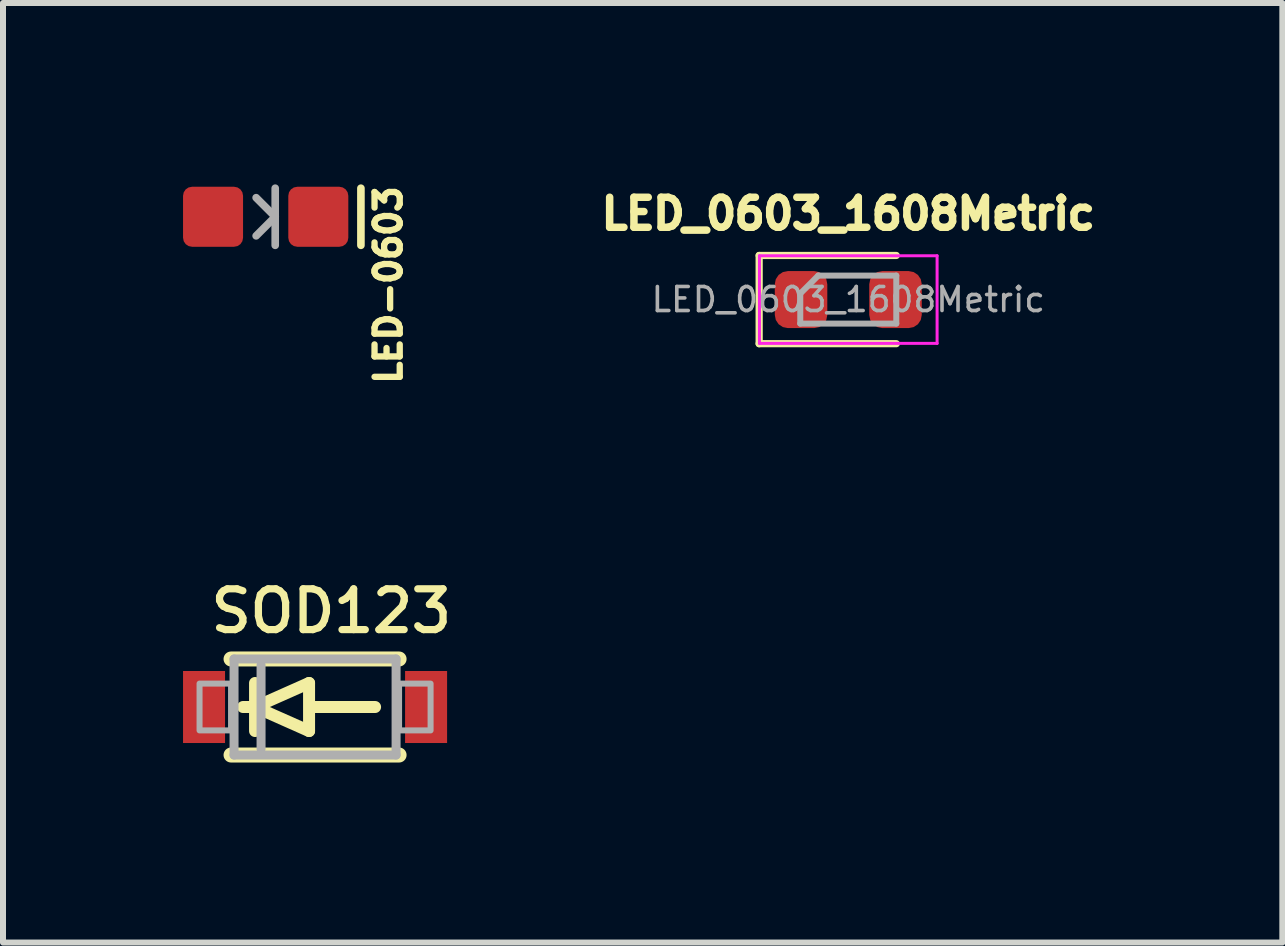
<source format=kicad_pcb>
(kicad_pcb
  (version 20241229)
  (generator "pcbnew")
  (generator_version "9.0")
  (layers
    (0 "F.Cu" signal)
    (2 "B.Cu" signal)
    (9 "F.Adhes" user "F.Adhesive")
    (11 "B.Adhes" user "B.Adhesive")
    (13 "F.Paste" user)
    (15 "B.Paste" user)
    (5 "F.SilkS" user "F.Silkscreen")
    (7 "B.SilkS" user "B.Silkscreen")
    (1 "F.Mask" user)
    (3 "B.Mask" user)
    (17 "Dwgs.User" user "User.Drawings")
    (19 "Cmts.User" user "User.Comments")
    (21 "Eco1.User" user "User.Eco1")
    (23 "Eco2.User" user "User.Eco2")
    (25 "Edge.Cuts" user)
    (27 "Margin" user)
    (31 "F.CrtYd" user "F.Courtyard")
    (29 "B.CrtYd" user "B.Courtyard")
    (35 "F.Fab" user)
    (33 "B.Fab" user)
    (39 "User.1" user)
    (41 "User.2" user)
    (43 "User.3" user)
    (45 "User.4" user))
  (footprint "SOD123"
    (layer "F.Cu")
    (at 2.2 8.731)
    (property "Reference" "SOD123" (at -1.8 -1.2 0) (layer "F.SilkS") (effects (font (size 0.68 0.68) (thickness 0.12)) (justify left bottom)))
    (fp_line (start -1.4 -0.8) (end 1.4 -0.8) (stroke (width 0.25) (type solid)) (layer "F.SilkS"))
    (fp_line (start -1.4 0.8) (end 1.4 0.8) (stroke (width 0.25) (type solid)) (layer "F.SilkS"))
    (fp_line (start -1.2 0) (end -1 0) (stroke (width 0.2) (type solid)) (layer "F.SilkS"))
    (fp_line (start -1 0) (end -1 -0.4) (stroke (width 0.2) (type solid)) (layer "F.SilkS"))
    (fp_line (start -1 0) (end -0.1 -0.4) (stroke (width 0.2) (type solid)) (layer "F.SilkS"))
    (fp_line (start -1 0.4) (end -1 0) (stroke (width 0.2) (type solid)) (layer "F.SilkS"))
    (fp_line (start -0.1 -0.4) (end -0.1 0.4) (stroke (width 0.2) (type solid)) (layer "F.SilkS"))
    (fp_line (start -0.1 0.4) (end -1 0) (stroke (width 0.2) (type solid)) (layer "F.SilkS"))
    (fp_line (start 0 0) (end 1 0) (stroke (width 0.2) (type solid)) (layer "F.SilkS"))
    (fp_line (start -1.35 -0.8) (end 1.35 -0.8) (stroke (width 0.15) (type solid)) (layer "F.Fab"))
    (fp_line (start -1.35 0.8) (end -1.35 -0.8) (stroke (width 0.15) (type solid)) (layer "F.Fab"))
    (fp_line (start -0.9 -0.7) (end -0.9 0.7) (stroke (width 0.15) (type solid)) (layer "F.Fab"))
    (fp_line (start 1.35 -0.8) (end 1.35 0.8) (stroke (width 0.15) (type solid)) (layer "F.Fab"))
    (fp_line (start 1.35 0.8) (end -1.35 0.8) (stroke (width 0.15) (type solid)) (layer "F.Fab"))
    (fp_poly (pts (xy -1.925 0.39) (xy -1.4 0.39) (xy -1.4 -0.39) (xy -1.925 -0.39)) (stroke (width 0.1) (type default)) (fill no) (layer "F.Fab"))
    (fp_poly (pts (xy 1.4 0.39) (xy 1.925 0.39) (xy 1.925 -0.39) (xy 1.4 -0.39)) (stroke (width 0.1) (type default)) (fill no) (layer "F.Fab"))
    (pad "A" smd rect (at 1.85 0) (size 0.7 1.2) (layers "F.Cu" "F.Mask" "F.Paste"))
    (pad "K" smd rect (at -1.85 0) (size 0.7 1.2) (layers "F.Cu" "F.Mask" "F.Paste")))
  (footprint "LED-0603"
    (layer "F.Cu")
    (at 1.377 0.562)
    (property "Reference" "LED-0603" (at 2.045 -0.562 270) (layer "F.SilkS") (effects (font (size 0.42 0.42) (thickness 0.77)) (justify right)))
    (fp_line (start 1.587 -0.476) (end 1.587 0.476) (stroke (width 0.127) (type solid)) (layer "F.SilkS"))
    (fp_line (start 0.159 -0.476) (end 0.159 0) (stroke (width 0.127) (type solid)) (layer "F.Fab"))
    (fp_line (start 0.159 0) (end -0.159 -0.318) (stroke (width 0.127) (type solid)) (layer "F.Fab"))
    (fp_line (start 0.159 0) (end -0.159 0.318) (stroke (width 0.127) (type solid)) (layer "F.Fab"))
    (fp_line (start 0.159 0) (end 0.159 0.476) (stroke (width 0.127) (type solid)) (layer "F.Fab"))
    (pad "A" smd roundrect (at -0.877 0 270) (size 1 1) (layers "F.Cu" "F.Mask" "F.Paste") (roundrect_rratio 0.15))
    (pad "C" smd roundrect (at 0.877 0 270) (size 1 1) (layers "F.Cu" "F.Mask" "F.Paste") (roundrect_rratio 0.15)))
  (footprint "LED_0603_1608Metric"
    (layer "F.Cu")
    (at 11.085 1.942)
    (property "Reference" "LED_0603_1608Metric" (at 0 -1.43 0) (layer "F.SilkS") (effects (font (size 0.5 0.5) (thickness 0.125))))
    (attr smd)
    (fp_line (start -1.485 -0.735) (end -1.485 0.735) (stroke (width 0.12) (type solid)) (layer "F.SilkS"))
    (fp_line (start -1.485 0.735) (end 0.8 0.735) (stroke (width 0.12) (type solid)) (layer "F.SilkS"))
    (fp_line (start 0.8 -0.735) (end -1.485 -0.735) (stroke (width 0.12) (type solid)) (layer "F.SilkS"))
    (fp_line (start -1.48 -0.73) (end 1.48 -0.73) (stroke (width 0.05) (type solid)) (layer "F.CrtYd"))
    (fp_line (start -1.48 0.73) (end -1.48 -0.73) (stroke (width 0.05) (type solid)) (layer "F.CrtYd"))
    (fp_line (start 1.48 -0.73) (end 1.48 0.73) (stroke (width 0.05) (type solid)) (layer "F.CrtYd"))
    (fp_line (start 1.48 0.73) (end -1.48 0.73) (stroke (width 0.05) (type solid)) (layer "F.CrtYd"))
    (fp_line (start -0.8 -0.1) (end -0.8 0.4) (stroke (width 0.1) (type solid)) (layer "F.Fab"))
    (fp_line (start -0.8 0.4) (end 0.8 0.4) (stroke (width 0.1) (type solid)) (layer "F.Fab"))
    (fp_line (start -0.5 -0.4) (end -0.8 -0.1) (stroke (width 0.1) (type solid)) (layer "F.Fab"))
    (fp_line (start 0.8 -0.4) (end -0.5 -0.4) (stroke (width 0.1) (type solid)) (layer "F.Fab"))
    (fp_line (start 0.8 0.4) (end 0.8 -0.4) (stroke (width 0.1) (type solid)) (layer "F.Fab"))
    (fp_text user "${REFERENCE}" (at 0 0 0) (layer "F.Fab") (effects (font (size 0.4 0.4) (thickness 0.06))))
    (pad "A" smd roundrect (at 0.787 0) (size 0.875 0.95) (layers "F.Cu" "F.Mask" "F.Paste") (roundrect_rratio 0.25))
    (pad "C" smd roundrect (at -0.787 0) (size 0.875 0.95) (layers "F.Cu" "F.Mask" "F.Paste") (roundrect_rratio 0.25)))
  (gr_rect
    (start -3 -3)
    (end 18.318 12.656)
    (stroke (width 0.1) (type default))
    (fill no)
    (layer "Edge.Cuts")))
</source>
